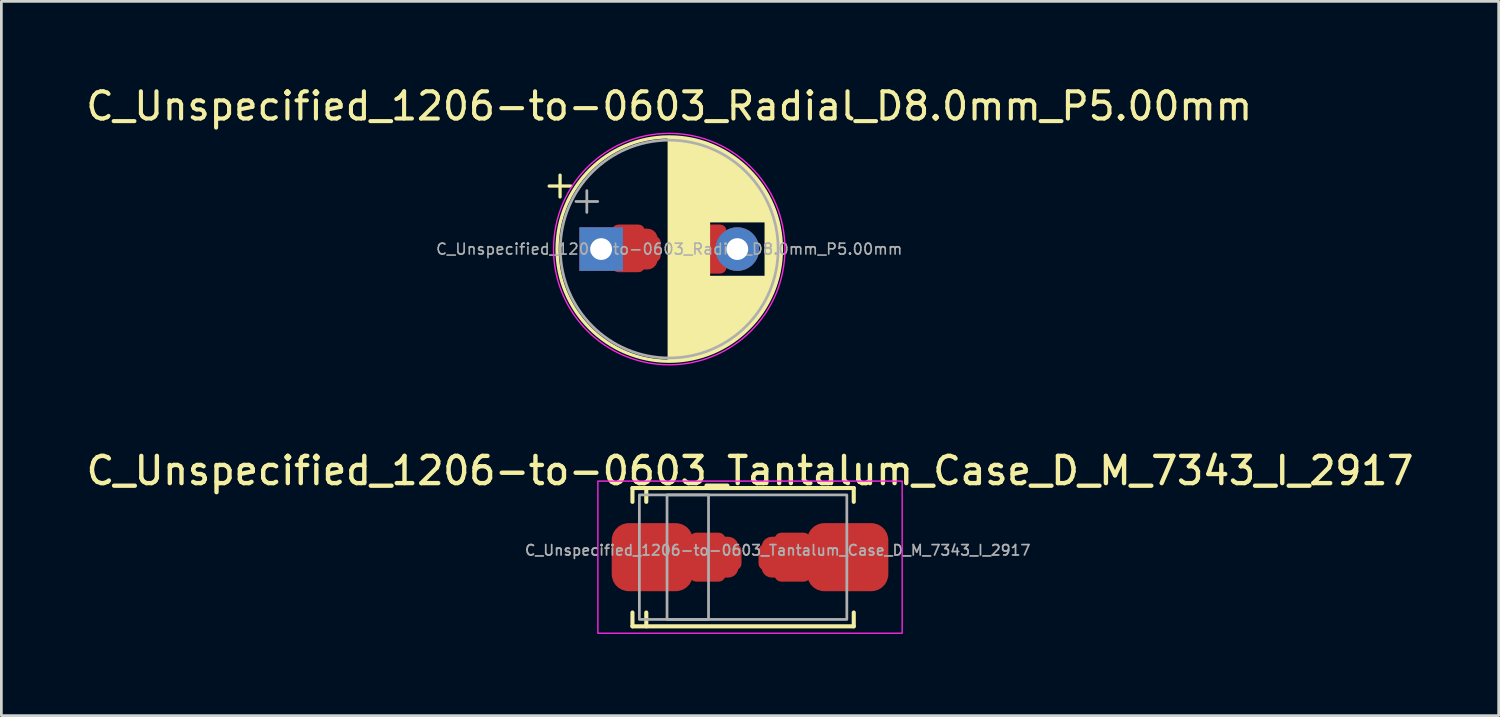
<source format=kicad_pcb>
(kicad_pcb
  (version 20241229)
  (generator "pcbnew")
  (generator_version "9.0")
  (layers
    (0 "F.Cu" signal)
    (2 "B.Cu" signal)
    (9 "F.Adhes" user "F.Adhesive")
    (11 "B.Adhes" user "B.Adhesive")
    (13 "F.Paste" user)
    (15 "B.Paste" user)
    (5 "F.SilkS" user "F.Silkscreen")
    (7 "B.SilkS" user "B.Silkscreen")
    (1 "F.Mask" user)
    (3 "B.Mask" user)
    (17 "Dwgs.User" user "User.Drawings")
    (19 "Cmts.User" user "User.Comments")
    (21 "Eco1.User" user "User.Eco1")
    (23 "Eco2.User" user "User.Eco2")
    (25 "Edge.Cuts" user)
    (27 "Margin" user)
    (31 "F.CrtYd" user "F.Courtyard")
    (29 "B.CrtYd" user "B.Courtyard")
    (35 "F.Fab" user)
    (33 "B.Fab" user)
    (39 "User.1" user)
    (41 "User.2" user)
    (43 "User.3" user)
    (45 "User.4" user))
  (footprint "C_Unspecified_1206-to-0603_Tantalum_Case_D_M_7343_I_2917"
    (layer "F.Cu")
    (at 24.497 17.414)
    (property "Reference" "C_Unspecified_1206-to-0603_Tantalum_Case_D_M_7343_I_2917" (at 0 -3.175 0) (layer "F.SilkS") (effects (font (size 1 1) (thickness 0.16))))
    (attr smd)
    (fp_line (start -4.318 -2.54) (end 3.81 -2.54) (stroke (width 0.15) (type default)) (layer "F.SilkS"))
    (fp_line (start -4.318 -2.032) (end -4.318 -2.54) (stroke (width 0.15) (type default)) (layer "F.SilkS"))
    (fp_line (start -4.318 2.54) (end -4.318 2.032) (stroke (width 0.15) (type default)) (layer "F.SilkS"))
    (fp_line (start -3.81 -2.032) (end -3.81 -2.54) (stroke (width 0.15) (type default)) (layer "F.SilkS"))
    (fp_line (start -3.81 2.54) (end -3.81 2.032) (stroke (width 0.15) (type default)) (layer "F.SilkS"))
    (fp_line (start 3.81 -2.54) (end 3.81 -2.032) (stroke (width 0.15) (type default)) (layer "F.SilkS"))
    (fp_line (start 3.81 2.032) (end 3.81 2.54) (stroke (width 0.15) (type default)) (layer "F.SilkS"))
    (fp_line (start 3.81 2.54) (end -4.318 2.54) (stroke (width 0.15) (type default)) (layer "F.SilkS"))
    (fp_rect (start -5.588 -2.794) (end 5.588 2.794) (stroke (width 0.05) (type default)) (fill no) (layer "F.CrtYd"))
    (fp_rect (start -4.064 -2.286) (end 3.556 2.286) (stroke (width 0.1) (type default)) (fill no) (layer "F.Fab"))
    (fp_rect (start -3.048 -2.286) (end -1.524 2.286) (stroke (width 0.1) (type solid)) (fill no) (layer "F.Fab"))
    (fp_text user "${REFERENCE}" (at 1.016 -0.254 0) (unlocked yes) (layer "F.Fab") (effects (font (size 0.381 0.381) (thickness 0.064) (bold yes))))
    (pad "1" smd roundrect (at -3.59 0) (size 2.98 2.5) (layers "F.Cu" "F.Mask" "F.Paste") (roundrect_rratio 0.25))
    (pad "1" smd roundrect (at -1.562 0) (size 1.325 1.8) (layers "F.Cu" "F.Mask" "F.Paste") (roundrect_rratio 0.189))
    (pad "1" smd roundrect (at -1.175 0) (size 1.5 1.5) (layers "F.Cu" "F.Mask" "F.Paste") (roundrect_rratio 0.25))
    (pad "1" smd roundrect (at -0.8 0) (size 0.975 0.95) (layers "F.Cu" "F.Mask" "F.Paste") (roundrect_rratio 0.25))
    (pad "2" smd roundrect (at 0.8 0) (size 0.975 0.95) (layers "F.Cu" "F.Mask" "F.Paste") (roundrect_rratio 0.25))
    (pad "2" smd roundrect (at 1.175 0) (size 1.5 1.5) (layers "F.Cu" "F.Mask" "F.Paste") (roundrect_rratio 0.25))
    (pad "2" smd roundrect (at 1.562 0) (size 1.325 1.8) (layers "F.Cu" "F.Mask" "F.Paste") (roundrect_rratio 0.189))
    (pad "2" smd roundrect (at 3.59 0) (size 2.98 2.5) (layers "F.Cu" "F.Mask" "F.Paste") (roundrect_rratio 0.25)))
  (footprint "C_Unspecified_1206-to-0603_Radial_D8.0mm_P5.00mm"
    (layer "F.Cu")
    (at 19.03 6.098)
    (property "Reference" "C_Unspecified_1206-to-0603_Radial_D8.0mm_P5.00mm" (at 2.5 -5.25 0) (layer "F.SilkS") (effects (font (size 1 1) (thickness 0.15))))
    (attr through_hole)
    (fp_line (start -1.91 -2.315) (end -1.11 -2.315) (stroke (width 0.12) (type solid)) (layer "F.SilkS"))
    (fp_line (start -1.51 -2.715) (end -1.51 -1.915) (stroke (width 0.12) (type solid)) (layer "F.SilkS"))
    (fp_line (start 2.5 -4.08) (end 2.5 4.08) (stroke (width 0.12) (type solid)) (layer "F.SilkS"))
    (fp_line (start 2.54 -4.08) (end 2.54 4.08) (stroke (width 0.12) (type solid)) (layer "F.SilkS"))
    (fp_line (start 2.58 -4.08) (end 2.58 4.08) (stroke (width 0.12) (type solid)) (layer "F.SilkS"))
    (fp_line (start 2.62 -4.079) (end 2.62 4.079) (stroke (width 0.12) (type solid)) (layer "F.SilkS"))
    (fp_line (start 2.66 -4.077) (end 2.66 4.077) (stroke (width 0.12) (type solid)) (layer "F.SilkS"))
    (fp_line (start 2.7 -4.076) (end 2.7 4.076) (stroke (width 0.12) (type solid)) (layer "F.SilkS"))
    (fp_line (start 2.74 -4.074) (end 2.74 4.074) (stroke (width 0.12) (type solid)) (layer "F.SilkS"))
    (fp_line (start 2.78 -4.071) (end 2.78 4.071) (stroke (width 0.12) (type solid)) (layer "F.SilkS"))
    (fp_line (start 2.82 -4.068) (end 2.82 4.068) (stroke (width 0.12) (type solid)) (layer "F.SilkS"))
    (fp_line (start 2.86 -4.065) (end 2.86 4.065) (stroke (width 0.12) (type solid)) (layer "F.SilkS"))
    (fp_line (start 2.9 -4.061) (end 2.9 4.061) (stroke (width 0.12) (type solid)) (layer "F.SilkS"))
    (fp_line (start 2.94 -4.057) (end 2.94 4.057) (stroke (width 0.12) (type solid)) (layer "F.SilkS"))
    (fp_line (start 2.98 -4.052) (end 2.98 4.052) (stroke (width 0.12) (type solid)) (layer "F.SilkS"))
    (fp_line (start 3.02 -4.048) (end 3.02 4.048) (stroke (width 0.12) (type solid)) (layer "F.SilkS"))
    (fp_line (start 3.06 -4.042) (end 3.06 4.042) (stroke (width 0.12) (type solid)) (layer "F.SilkS"))
    (fp_line (start 3.1 -4.037) (end 3.1 4.037) (stroke (width 0.12) (type solid)) (layer "F.SilkS"))
    (fp_line (start 3.14 -4.03) (end 3.14 4.03) (stroke (width 0.12) (type solid)) (layer "F.SilkS"))
    (fp_line (start 3.18 -4.024) (end 3.18 4.024) (stroke (width 0.12) (type solid)) (layer "F.SilkS"))
    (fp_line (start 3.221 -4.017) (end 3.221 4.017) (stroke (width 0.12) (type solid)) (layer "F.SilkS"))
    (fp_line (start 3.261 -4.01) (end 3.261 4.01) (stroke (width 0.12) (type solid)) (layer "F.SilkS"))
    (fp_line (start 3.301 -4.002) (end 3.301 4.002) (stroke (width 0.12) (type solid)) (layer "F.SilkS"))
    (fp_line (start 3.341 -3.994) (end 3.341 3.994) (stroke (width 0.12) (type solid)) (layer "F.SilkS"))
    (fp_line (start 3.381 -3.985) (end 3.381 3.985) (stroke (width 0.12) (type solid)) (layer "F.SilkS"))
    (fp_line (start 3.421 -3.976) (end 3.421 3.976) (stroke (width 0.12) (type solid)) (layer "F.SilkS"))
    (fp_line (start 3.461 -3.967) (end 3.461 3.967) (stroke (width 0.12) (type solid)) (layer "F.SilkS"))
    (fp_line (start 3.501 -3.957) (end 3.501 3.957) (stroke (width 0.12) (type solid)) (layer "F.SilkS"))
    (fp_line (start 3.541 -3.947) (end 3.541 3.947) (stroke (width 0.12) (type solid)) (layer "F.SilkS"))
    (fp_line (start 3.581 -3.936) (end 3.581 3.936) (stroke (width 0.12) (type solid)) (layer "F.SilkS"))
    (fp_line (start 3.621 -3.925) (end 3.621 3.925) (stroke (width 0.12) (type solid)) (layer "F.SilkS"))
    (fp_line (start 3.661 -3.914) (end 3.661 3.914) (stroke (width 0.12) (type solid)) (layer "F.SilkS"))
    (fp_line (start 3.701 -3.902) (end 3.701 3.902) (stroke (width 0.12) (type solid)) (layer "F.SilkS"))
    (fp_line (start 3.741 -3.889) (end 3.741 3.889) (stroke (width 0.12) (type solid)) (layer "F.SilkS"))
    (fp_line (start 3.781 -3.877) (end 3.781 3.877) (stroke (width 0.12) (type solid)) (layer "F.SilkS"))
    (fp_line (start 3.821 -3.863) (end 3.821 3.863) (stroke (width 0.12) (type solid)) (layer "F.SilkS"))
    (fp_line (start 3.861 -3.85) (end 3.861 3.85) (stroke (width 0.12) (type solid)) (layer "F.SilkS"))
    (fp_line (start 3.901 -3.835) (end 3.901 3.835) (stroke (width 0.12) (type solid)) (layer "F.SilkS"))
    (fp_line (start 3.941 -3.821) (end 3.941 3.821) (stroke (width 0.12) (type solid)) (layer "F.SilkS"))
    (fp_line (start 3.981 -3.805) (end 3.981 -1.04) (stroke (width 0.12) (type solid)) (layer "F.SilkS"))
    (fp_line (start 3.981 1.04) (end 3.981 3.805) (stroke (width 0.12) (type solid)) (layer "F.SilkS"))
    (fp_line (start 4.021 -3.79) (end 4.021 -1.04) (stroke (width 0.12) (type solid)) (layer "F.SilkS"))
    (fp_line (start 4.021 1.04) (end 4.021 3.79) (stroke (width 0.12) (type solid)) (layer "F.SilkS"))
    (fp_line (start 4.061 -3.774) (end 4.061 -1.04) (stroke (width 0.12) (type solid)) (layer "F.SilkS"))
    (fp_line (start 4.061 1.04) (end 4.061 3.774) (stroke (width 0.12) (type solid)) (layer "F.SilkS"))
    (fp_line (start 4.101 -3.757) (end 4.101 -1.04) (stroke (width 0.12) (type solid)) (layer "F.SilkS"))
    (fp_line (start 4.101 1.04) (end 4.101 3.757) (stroke (width 0.12) (type solid)) (layer "F.SilkS"))
    (fp_line (start 4.141 -3.74) (end 4.141 -1.04) (stroke (width 0.12) (type solid)) (layer "F.SilkS"))
    (fp_line (start 4.141 1.04) (end 4.141 3.74) (stroke (width 0.12) (type solid)) (layer "F.SilkS"))
    (fp_line (start 4.181 -3.722) (end 4.181 -1.04) (stroke (width 0.12) (type solid)) (layer "F.SilkS"))
    (fp_line (start 4.181 1.04) (end 4.181 3.722) (stroke (width 0.12) (type solid)) (layer "F.SilkS"))
    (fp_line (start 4.221 -3.704) (end 4.221 -1.04) (stroke (width 0.12) (type solid)) (layer "F.SilkS"))
    (fp_line (start 4.221 1.04) (end 4.221 3.704) (stroke (width 0.12) (type solid)) (layer "F.SilkS"))
    (fp_line (start 4.261 -3.686) (end 4.261 -1.04) (stroke (width 0.12) (type solid)) (layer "F.SilkS"))
    (fp_line (start 4.261 1.04) (end 4.261 3.686) (stroke (width 0.12) (type solid)) (layer "F.SilkS"))
    (fp_line (start 4.301 -3.666) (end 4.301 -1.04) (stroke (width 0.12) (type solid)) (layer "F.SilkS"))
    (fp_line (start 4.301 1.04) (end 4.301 3.666) (stroke (width 0.12) (type solid)) (layer "F.SilkS"))
    (fp_line (start 4.341 -3.647) (end 4.341 -1.04) (stroke (width 0.12) (type solid)) (layer "F.SilkS"))
    (fp_line (start 4.341 1.04) (end 4.341 3.647) (stroke (width 0.12) (type solid)) (layer "F.SilkS"))
    (fp_line (start 4.381 -3.627) (end 4.381 -1.04) (stroke (width 0.12) (type solid)) (layer "F.SilkS"))
    (fp_line (start 4.381 1.04) (end 4.381 3.627) (stroke (width 0.12) (type solid)) (layer "F.SilkS"))
    (fp_line (start 4.421 -3.606) (end 4.421 -1.04) (stroke (width 0.12) (type solid)) (layer "F.SilkS"))
    (fp_line (start 4.421 1.04) (end 4.421 3.606) (stroke (width 0.12) (type solid)) (layer "F.SilkS"))
    (fp_line (start 4.461 -3.584) (end 4.461 -1.04) (stroke (width 0.12) (type solid)) (layer "F.SilkS"))
    (fp_line (start 4.461 1.04) (end 4.461 3.584) (stroke (width 0.12) (type solid)) (layer "F.SilkS"))
    (fp_line (start 4.501 -3.562) (end 4.501 -1.04) (stroke (width 0.12) (type solid)) (layer "F.SilkS"))
    (fp_line (start 4.501 1.04) (end 4.501 3.562) (stroke (width 0.12) (type solid)) (layer "F.SilkS"))
    (fp_line (start 4.541 -3.54) (end 4.541 -1.04) (stroke (width 0.12) (type solid)) (layer "F.SilkS"))
    (fp_line (start 4.541 1.04) (end 4.541 3.54) (stroke (width 0.12) (type solid)) (layer "F.SilkS"))
    (fp_line (start 4.581 -3.517) (end 4.581 -1.04) (stroke (width 0.12) (type solid)) (layer "F.SilkS"))
    (fp_line (start 4.581 1.04) (end 4.581 3.517) (stroke (width 0.12) (type solid)) (layer "F.SilkS"))
    (fp_line (start 4.621 -3.493) (end 4.621 -1.04) (stroke (width 0.12) (type solid)) (layer "F.SilkS"))
    (fp_line (start 4.621 1.04) (end 4.621 3.493) (stroke (width 0.12) (type solid)) (layer "F.SilkS"))
    (fp_line (start 4.661 -3.469) (end 4.661 -1.04) (stroke (width 0.12) (type solid)) (layer "F.SilkS"))
    (fp_line (start 4.661 1.04) (end 4.661 3.469) (stroke (width 0.12) (type solid)) (layer "F.SilkS"))
    (fp_line (start 4.701 -3.444) (end 4.701 -1.04) (stroke (width 0.12) (type solid)) (layer "F.SilkS"))
    (fp_line (start 4.701 1.04) (end 4.701 3.444) (stroke (width 0.12) (type solid)) (layer "F.SilkS"))
    (fp_line (start 4.741 -3.418) (end 4.741 -1.04) (stroke (width 0.12) (type solid)) (layer "F.SilkS"))
    (fp_line (start 4.741 1.04) (end 4.741 3.418) (stroke (width 0.12) (type solid)) (layer "F.SilkS"))
    (fp_line (start 4.781 -3.392) (end 4.781 -1.04) (stroke (width 0.12) (type solid)) (layer "F.SilkS"))
    (fp_line (start 4.781 1.04) (end 4.781 3.392) (stroke (width 0.12) (type solid)) (layer "F.SilkS"))
    (fp_line (start 4.821 -3.365) (end 4.821 -1.04) (stroke (width 0.12) (type solid)) (layer "F.SilkS"))
    (fp_line (start 4.821 1.04) (end 4.821 3.365) (stroke (width 0.12) (type solid)) (layer "F.SilkS"))
    (fp_line (start 4.861 -3.338) (end 4.861 -1.04) (stroke (width 0.12) (type solid)) (layer "F.SilkS"))
    (fp_line (start 4.861 1.04) (end 4.861 3.338) (stroke (width 0.12) (type solid)) (layer "F.SilkS"))
    (fp_line (start 4.901 -3.309) (end 4.901 -1.04) (stroke (width 0.12) (type solid)) (layer "F.SilkS"))
    (fp_line (start 4.901 1.04) (end 4.901 3.309) (stroke (width 0.12) (type solid)) (layer "F.SilkS"))
    (fp_line (start 4.941 -3.28) (end 4.941 -1.04) (stroke (width 0.12) (type solid)) (layer "F.SilkS"))
    (fp_line (start 4.941 1.04) (end 4.941 3.28) (stroke (width 0.12) (type solid)) (layer "F.SilkS"))
    (fp_line (start 4.981 -3.25) (end 4.981 -1.04) (stroke (width 0.12) (type solid)) (layer "F.SilkS"))
    (fp_line (start 4.981 1.04) (end 4.981 3.25) (stroke (width 0.12) (type solid)) (layer "F.SilkS"))
    (fp_line (start 5.021 -3.22) (end 5.021 -1.04) (stroke (width 0.12) (type solid)) (layer "F.SilkS"))
    (fp_line (start 5.021 1.04) (end 5.021 3.22) (stroke (width 0.12) (type solid)) (layer "F.SilkS"))
    (fp_line (start 5.061 -3.189) (end 5.061 -1.04) (stroke (width 0.12) (type solid)) (layer "F.SilkS"))
    (fp_line (start 5.061 1.04) (end 5.061 3.189) (stroke (width 0.12) (type solid)) (layer "F.SilkS"))
    (fp_line (start 5.101 -3.156) (end 5.101 -1.04) (stroke (width 0.12) (type solid)) (layer "F.SilkS"))
    (fp_line (start 5.101 1.04) (end 5.101 3.156) (stroke (width 0.12) (type solid)) (layer "F.SilkS"))
    (fp_line (start 5.141 -3.124) (end 5.141 -1.04) (stroke (width 0.12) (type solid)) (layer "F.SilkS"))
    (fp_line (start 5.141 1.04) (end 5.141 3.124) (stroke (width 0.12) (type solid)) (layer "F.SilkS"))
    (fp_line (start 5.181 -3.09) (end 5.181 -1.04) (stroke (width 0.12) (type solid)) (layer "F.SilkS"))
    (fp_line (start 5.181 1.04) (end 5.181 3.09) (stroke (width 0.12) (type solid)) (layer "F.SilkS"))
    (fp_line (start 5.221 -3.055) (end 5.221 -1.04) (stroke (width 0.12) (type solid)) (layer "F.SilkS"))
    (fp_line (start 5.221 1.04) (end 5.221 3.055) (stroke (width 0.12) (type solid)) (layer "F.SilkS"))
    (fp_line (start 5.261 -3.019) (end 5.261 -1.04) (stroke (width 0.12) (type solid)) (layer "F.SilkS"))
    (fp_line (start 5.261 1.04) (end 5.261 3.019) (stroke (width 0.12) (type solid)) (layer "F.SilkS"))
    (fp_line (start 5.301 -2.983) (end 5.301 -1.04) (stroke (width 0.12) (type solid)) (layer "F.SilkS"))
    (fp_line (start 5.301 1.04) (end 5.301 2.983) (stroke (width 0.12) (type solid)) (layer "F.SilkS"))
    (fp_line (start 5.341 -2.945) (end 5.341 -1.04) (stroke (width 0.12) (type solid)) (layer "F.SilkS"))
    (fp_line (start 5.341 1.04) (end 5.341 2.945) (stroke (width 0.12) (type solid)) (layer "F.SilkS"))
    (fp_line (start 5.381 -2.907) (end 5.381 -1.04) (stroke (width 0.12) (type solid)) (layer "F.SilkS"))
    (fp_line (start 5.381 1.04) (end 5.381 2.907) (stroke (width 0.12) (type solid)) (layer "F.SilkS"))
    (fp_line (start 5.421 -2.867) (end 5.421 -1.04) (stroke (width 0.12) (type solid)) (layer "F.SilkS"))
    (fp_line (start 5.421 1.04) (end 5.421 2.867) (stroke (width 0.12) (type solid)) (layer "F.SilkS"))
    (fp_line (start 5.461 -2.826) (end 5.461 -1.04) (stroke (width 0.12) (type solid)) (layer "F.SilkS"))
    (fp_line (start 5.461 1.04) (end 5.461 2.826) (stroke (width 0.12) (type solid)) (layer "F.SilkS"))
    (fp_line (start 5.501 -2.784) (end 5.501 -1.04) (stroke (width 0.12) (type solid)) (layer "F.SilkS"))
    (fp_line (start 5.501 1.04) (end 5.501 2.784) (stroke (width 0.12) (type solid)) (layer "F.SilkS"))
    (fp_line (start 5.541 -2.741) (end 5.541 -1.04) (stroke (width 0.12) (type solid)) (layer "F.SilkS"))
    (fp_line (start 5.541 1.04) (end 5.541 2.741) (stroke (width 0.12) (type solid)) (layer "F.SilkS"))
    (fp_line (start 5.581 -2.697) (end 5.581 -1.04) (stroke (width 0.12) (type solid)) (layer "F.SilkS"))
    (fp_line (start 5.581 1.04) (end 5.581 2.697) (stroke (width 0.12) (type solid)) (layer "F.SilkS"))
    (fp_line (start 5.621 -2.651) (end 5.621 -1.04) (stroke (width 0.12) (type solid)) (layer "F.SilkS"))
    (fp_line (start 5.621 1.04) (end 5.621 2.651) (stroke (width 0.12) (type solid)) (layer "F.SilkS"))
    (fp_line (start 5.661 -2.604) (end 5.661 -1.04) (stroke (width 0.12) (type solid)) (layer "F.SilkS"))
    (fp_line (start 5.661 1.04) (end 5.661 2.604) (stroke (width 0.12) (type solid)) (layer "F.SilkS"))
    (fp_line (start 5.701 -2.556) (end 5.701 -1.04) (stroke (width 0.12) (type solid)) (layer "F.SilkS"))
    (fp_line (start 5.701 1.04) (end 5.701 2.556) (stroke (width 0.12) (type solid)) (layer "F.SilkS"))
    (fp_line (start 5.741 -2.505) (end 5.741 -1.04) (stroke (width 0.12) (type solid)) (layer "F.SilkS"))
    (fp_line (start 5.741 1.04) (end 5.741 2.505) (stroke (width 0.12) (type solid)) (layer "F.SilkS"))
    (fp_line (start 5.781 -2.454) (end 5.781 -1.04) (stroke (width 0.12) (type solid)) (layer "F.SilkS"))
    (fp_line (start 5.781 1.04) (end 5.781 2.454) (stroke (width 0.12) (type solid)) (layer "F.SilkS"))
    (fp_line (start 5.821 -2.4) (end 5.821 -1.04) (stroke (width 0.12) (type solid)) (layer "F.SilkS"))
    (fp_line (start 5.821 1.04) (end 5.821 2.4) (stroke (width 0.12) (type solid)) (layer "F.SilkS"))
    (fp_line (start 5.861 -2.345) (end 5.861 -1.04) (stroke (width 0.12) (type solid)) (layer "F.SilkS"))
    (fp_line (start 5.861 1.04) (end 5.861 2.345) (stroke (width 0.12) (type solid)) (layer "F.SilkS"))
    (fp_line (start 5.901 -2.287) (end 5.901 -1.04) (stroke (width 0.12) (type solid)) (layer "F.SilkS"))
    (fp_line (start 5.901 1.04) (end 5.901 2.287) (stroke (width 0.12) (type solid)) (layer "F.SilkS"))
    (fp_line (start 5.941 -2.228) (end 5.941 -1.04) (stroke (width 0.12) (type solid)) (layer "F.SilkS"))
    (fp_line (start 5.941 1.04) (end 5.941 2.228) (stroke (width 0.12) (type solid)) (layer "F.SilkS"))
    (fp_line (start 5.981 -2.166) (end 5.981 -1.04) (stroke (width 0.12) (type solid)) (layer "F.SilkS"))
    (fp_line (start 5.981 1.04) (end 5.981 2.166) (stroke (width 0.12) (type solid)) (layer "F.SilkS"))
    (fp_line (start 6.021 -2.102) (end 6.021 -1.04) (stroke (width 0.12) (type solid)) (layer "F.SilkS"))
    (fp_line (start 6.021 1.04) (end 6.021 2.102) (stroke (width 0.12) (type solid)) (layer "F.SilkS"))
    (fp_line (start 6.061 -2.034) (end 6.061 2.034) (stroke (width 0.12) (type solid)) (layer "F.SilkS"))
    (fp_line (start 6.101 -1.964) (end 6.101 1.964) (stroke (width 0.12) (type solid)) (layer "F.SilkS"))
    (fp_line (start 6.141 -1.89) (end 6.141 1.89) (stroke (width 0.12) (type solid)) (layer "F.SilkS"))
    (fp_line (start 6.181 -1.813) (end 6.181 1.813) (stroke (width 0.12) (type solid)) (layer "F.SilkS"))
    (fp_line (start 6.221 -1.731) (end 6.221 1.731) (stroke (width 0.12) (type solid)) (layer "F.SilkS"))
    (fp_line (start 6.261 -1.645) (end 6.261 1.645) (stroke (width 0.12) (type solid)) (layer "F.SilkS"))
    (fp_line (start 6.301 -1.552) (end 6.301 1.552) (stroke (width 0.12) (type solid)) (layer "F.SilkS"))
    (fp_line (start 6.341 -1.453) (end 6.341 1.453) (stroke (width 0.12) (type solid)) (layer "F.SilkS"))
    (fp_line (start 6.381 -1.346) (end 6.381 1.346) (stroke (width 0.12) (type solid)) (layer "F.SilkS"))
    (fp_line (start 6.421 -1.229) (end 6.421 1.229) (stroke (width 0.12) (type solid)) (layer "F.SilkS"))
    (fp_line (start 6.461 -1.098) (end 6.461 1.098) (stroke (width 0.12) (type solid)) (layer "F.SilkS"))
    (fp_line (start 6.501 -0.948) (end 6.501 0.948) (stroke (width 0.12) (type solid)) (layer "F.SilkS"))
    (fp_line (start 6.541 -0.768) (end 6.541 0.768) (stroke (width 0.12) (type solid)) (layer "F.SilkS"))
    (fp_line (start 6.581 -0.533) (end 6.581 0.533) (stroke (width 0.12) (type solid)) (layer "F.SilkS"))
    (fp_circle (center 2.5 0) (end 6.62 0) (stroke (width 0.12) (type solid)) (fill no) (layer "F.SilkS"))
    (fp_circle (center 2.5 0) (end 6.75 0) (stroke (width 0.05) (type solid)) (fill no) (layer "F.CrtYd"))
    (fp_line (start -0.927 -1.748) (end -0.127 -1.748) (stroke (width 0.1) (type solid)) (layer "F.Fab"))
    (fp_line (start -0.527 -2.147) (end -0.527 -1.347) (stroke (width 0.1) (type solid)) (layer "F.Fab"))
    (fp_circle (center 2.5 0) (end 6.5 0) (stroke (width 0.1) (type solid)) (fill no) (layer "F.Fab"))
    (fp_text user "${REFERENCE}" (at 2.5 0 0) (layer "F.Fab") (effects (font (size 0.4 0.4) (thickness 0.06))))
    (pad "1" thru_hole rect (at 0 0) (size 1.6 1.6) (drill 0.8) (layers "*.Cu" "*.Mask"))
    (pad "1" smd roundrect (at 1 -0.025) (size 1.2 1.75) (layers "F.Cu" "F.Mask" "F.Paste") (roundrect_rratio 0.189))
    (pad "1" smd roundrect (at 1.325 0) (size 1.5 1.5) (layers "F.Cu" "F.Mask" "F.Paste") (roundrect_rratio 0.25))
    (pad "1" smd roundrect (at 1.7 0) (size 0.975 0.95) (layers "F.Cu" "F.Mask" "F.Paste") (roundrect_rratio 0.25))
    (pad "2" smd roundrect (at 3.3 0) (size 0.975 0.95) (layers "F.Cu" "F.Mask" "F.Paste") (roundrect_rratio 0.25))
    (pad "2" smd roundrect (at 3.675 0) (size 1.5 1.5) (layers "F.Cu" "F.Mask" "F.Paste") (roundrect_rratio 0.25))
    (pad "2" smd roundrect (at 4 0) (size 1.2 1.8) (layers "F.Cu" "F.Mask" "F.Paste") (roundrect_rratio 0.189))
    (pad "2" thru_hole circle (at 5 0) (size 1.6 1.6) (drill 0.8) (layers "*.Cu" "*.Mask")))
  (gr_rect
    (start -3 -3)
    (end 51.994 23.233)
    (stroke (width 0.1) (type default))
    (fill no)
    (layer "Edge.Cuts")))
</source>
